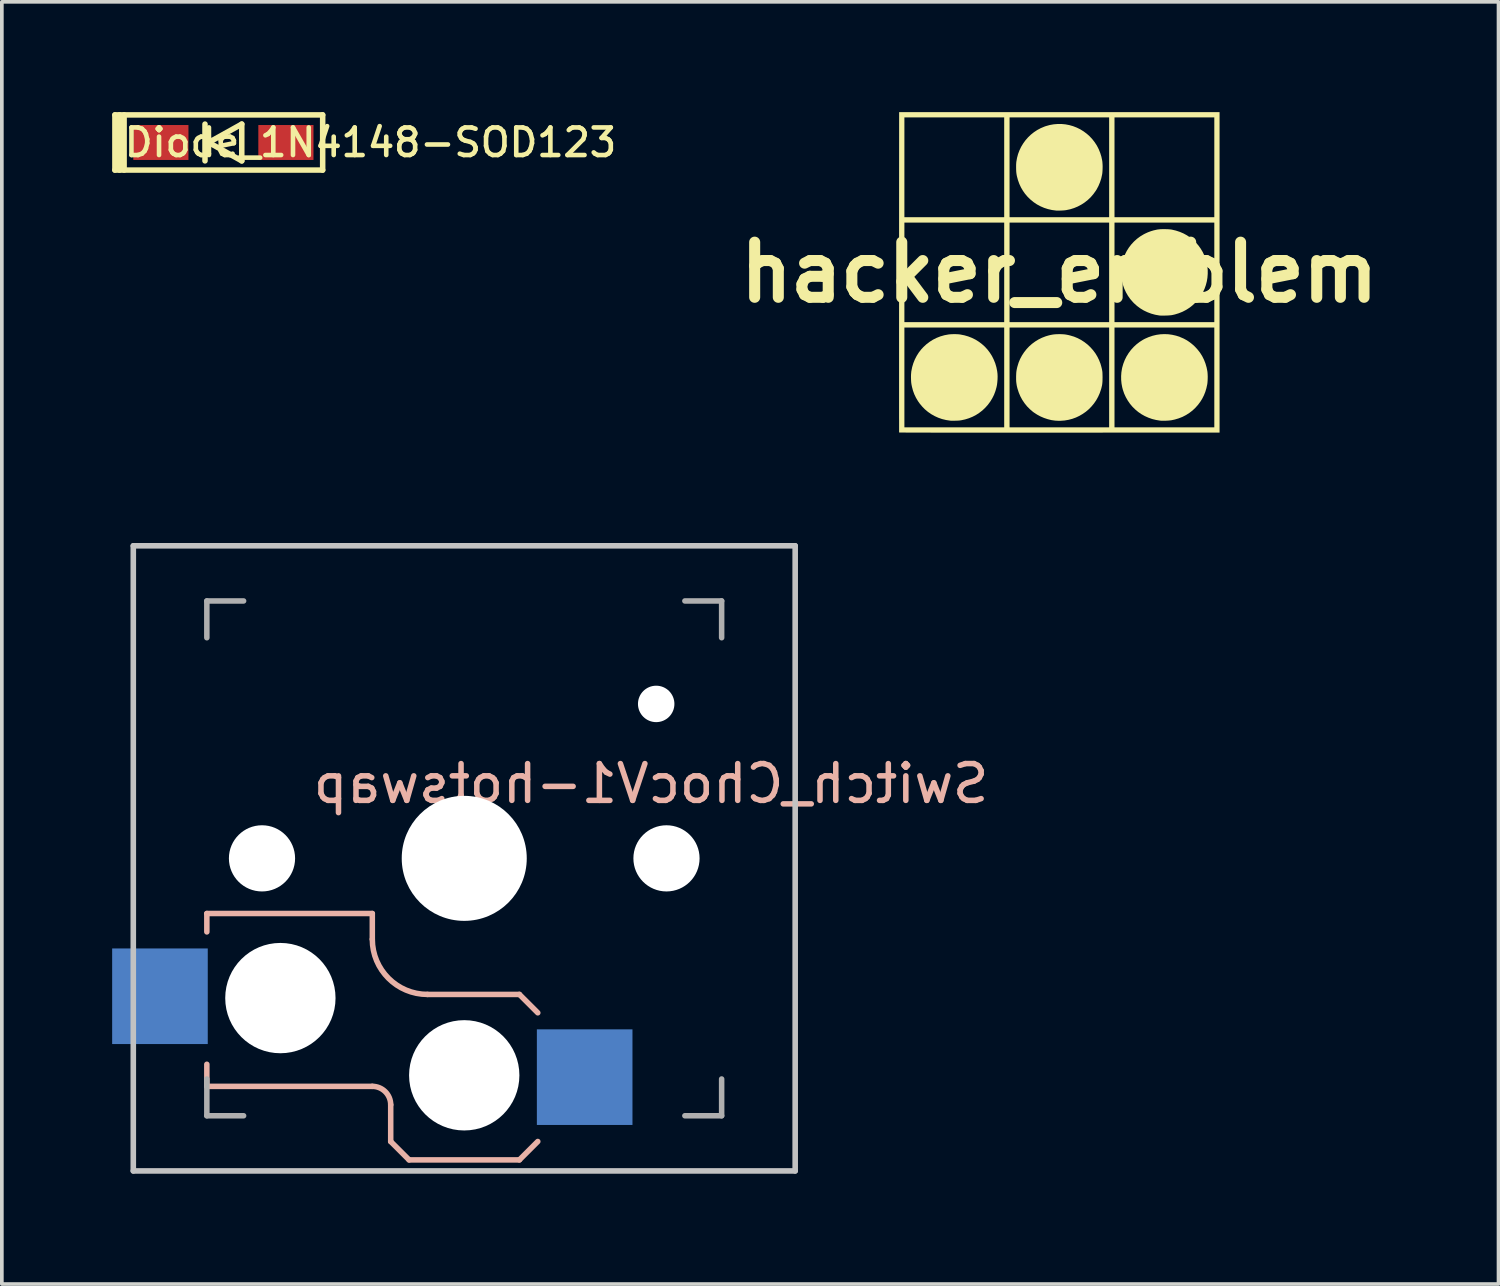
<source format=kicad_pcb>
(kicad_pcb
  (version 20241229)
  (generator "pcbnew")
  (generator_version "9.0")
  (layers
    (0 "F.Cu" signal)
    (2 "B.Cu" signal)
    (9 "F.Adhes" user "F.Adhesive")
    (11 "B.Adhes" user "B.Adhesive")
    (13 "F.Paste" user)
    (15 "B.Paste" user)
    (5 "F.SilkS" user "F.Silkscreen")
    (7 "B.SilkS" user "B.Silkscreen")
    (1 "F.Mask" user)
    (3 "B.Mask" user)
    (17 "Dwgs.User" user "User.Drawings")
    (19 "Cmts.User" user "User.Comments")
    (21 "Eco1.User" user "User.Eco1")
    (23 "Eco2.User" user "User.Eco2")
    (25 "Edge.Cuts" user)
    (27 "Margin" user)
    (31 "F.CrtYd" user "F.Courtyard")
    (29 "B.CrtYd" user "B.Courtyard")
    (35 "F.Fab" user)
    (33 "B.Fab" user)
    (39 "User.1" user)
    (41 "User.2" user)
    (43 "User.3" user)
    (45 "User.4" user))
  (footprint "hacker_emblem"
    (layer "F.Cu")
    (at 25.759 4.357)
    (property "Reference" "hacker_emblem" (at 0 0 0) (layer "F.SilkS") (effects (font (size 1.5 1.5) (thickness 0.3))))
    (attr board_only exclude_from_pos_files exclude_from_bom)
    (fp_poly (pts (xy 2.964 1.683) (xy 3.07 1.698) (xy 3.176 1.722) (xy 3.279 1.757) (xy 3.38 1.8) (xy 3.465 1.846) (xy 3.505 1.872) (xy 3.549 1.903) (xy 3.594 1.938) (xy 3.637 1.974) (xy 3.676 2.01) (xy 3.683 2.017) (xy 3.759 2.099) (xy 3.827 2.186) (xy 3.885 2.279) (xy 3.934 2.377) (xy 3.974 2.48) (xy 4.005 2.588) (xy 4.025 2.688) (xy 4.03 2.731) (xy 4.033 2.781) (xy 4.035 2.836) (xy 4.034 2.892) (xy 4.032 2.947) (xy 4.028 2.997) (xy 4.023 3.04) (xy 4.022 3.044) (xy 3.999 3.15) (xy 3.969 3.25) (xy 3.931 3.345) (xy 3.885 3.436) (xy 3.839 3.51) (xy 3.774 3.599) (xy 3.701 3.681) (xy 3.622 3.756) (xy 3.536 3.822) (xy 3.445 3.88) (xy 3.348 3.93) (xy 3.246 3.97) (xy 3.139 4.002) (xy 3.045 4.022) (xy 3.011 4.026) (xy 2.969 4.03) (xy 2.923 4.033) (xy 2.875 4.035) (xy 2.829 4.035) (xy 2.786 4.035) (xy 2.75 4.033) (xy 2.74 4.032) (xy 2.63 4.014) (xy 2.524 3.988) (xy 2.422 3.952) (xy 2.324 3.908) (xy 2.231 3.856) (xy 2.144 3.796) (xy 2.063 3.728) (xy 1.988 3.654) (xy 1.92 3.573) (xy 1.86 3.486) (xy 1.807 3.393) (xy 1.762 3.295) (xy 1.727 3.192) (xy 1.709 3.123) (xy 1.691 3.026) (xy 1.681 2.924) (xy 1.68 2.821) (xy 1.687 2.719) (xy 1.703 2.62) (xy 1.709 2.591) (xy 1.739 2.486) (xy 1.778 2.385) (xy 1.826 2.288) (xy 1.883 2.196) (xy 1.947 2.11) (xy 2.02 2.029) (xy 2.099 1.956) (xy 2.185 1.89) (xy 2.277 1.832) (xy 2.332 1.803) (xy 2.433 1.759) (xy 2.537 1.724) (xy 2.642 1.699) (xy 2.749 1.684) (xy 2.856 1.679)) (stroke (width 0) (type solid)) (fill yes) (layer "F.SilkS"))
    (fp_poly (pts (xy -2.828 1.68) (xy -2.776 1.682) (xy -2.729 1.685) (xy -2.693 1.69) (xy -2.582 1.712) (xy -2.476 1.743) (xy -2.374 1.783) (xy -2.278 1.831) (xy -2.187 1.888) (xy -2.103 1.952) (xy -2.024 2.023) (xy -1.953 2.101) (xy -1.889 2.186) (xy -1.832 2.276) (xy -1.784 2.373) (xy -1.743 2.474) (xy -1.712 2.58) (xy -1.69 2.691) (xy -1.69 2.693) (xy -1.682 2.76) (xy -1.679 2.833) (xy -1.681 2.909) (xy -1.687 2.986) (xy -1.696 3.06) (xy -1.709 3.123) (xy -1.739 3.229) (xy -1.777 3.33) (xy -1.825 3.426) (xy -1.881 3.517) (xy -1.944 3.602) (xy -2.015 3.681) (xy -2.092 3.754) (xy -2.176 3.819) (xy -2.265 3.877) (xy -2.359 3.926) (xy -2.459 3.967) (xy -2.562 3.999) (xy -2.669 4.022) (xy -2.683 4.024) (xy -2.712 4.028) (xy -2.749 4.031) (xy -2.791 4.033) (xy -2.834 4.034) (xy -2.878 4.035) (xy -2.918 4.035) (xy -2.952 4.034) (xy -2.973 4.032) (xy -3.083 4.015) (xy -3.19 3.989) (xy -3.293 3.953) (xy -3.392 3.908) (xy -3.486 3.855) (xy -3.575 3.793) (xy -3.658 3.723) (xy -3.734 3.645) (xy -3.804 3.56) (xy -3.845 3.501) (xy -3.899 3.41) (xy -3.944 3.316) (xy -3.98 3.218) (xy -4.008 3.113) (xy -4.022 3.044) (xy -4.028 3.001) (xy -4.032 2.952) (xy -4.034 2.897) (xy -4.035 2.841) (xy -4.034 2.786) (xy -4.03 2.735) (xy -4.026 2.692) (xy -4.025 2.688) (xy -4.003 2.577) (xy -3.971 2.47) (xy -3.93 2.368) (xy -3.88 2.271) (xy -3.822 2.179) (xy -3.755 2.093) (xy -3.697 2.031) (xy -3.615 1.955) (xy -3.527 1.888) (xy -3.435 1.83) (xy -3.337 1.781) (xy -3.235 1.741) (xy -3.127 1.71) (xy -3.021 1.69) (xy -2.981 1.685) (xy -2.933 1.682) (xy -2.881 1.68)) (stroke (width 0) (type solid)) (fill yes) (layer "F.SilkS"))
    (fp_poly (pts (xy 0.06 -4.035) (xy 0.166 -4.025) (xy 0.271 -4.005) (xy 0.373 -3.976) (xy 0.473 -3.937) (xy 0.569 -3.89) (xy 0.661 -3.833) (xy 0.749 -3.767) (xy 0.82 -3.704) (xy 0.894 -3.625) (xy 0.961 -3.539) (xy 1.02 -3.448) (xy 1.07 -3.351) (xy 1.111 -3.25) (xy 1.143 -3.146) (xy 1.165 -3.04) (xy 1.17 -3.006) (xy 1.173 -2.967) (xy 1.176 -2.921) (xy 1.177 -2.872) (xy 1.176 -2.821) (xy 1.174 -2.771) (xy 1.171 -2.725) (xy 1.167 -2.686) (xy 1.164 -2.667) (xy 1.14 -2.556) (xy 1.106 -2.451) (xy 1.064 -2.351) (xy 1.014 -2.256) (xy 0.99 -2.218) (xy 0.925 -2.128) (xy 0.853 -2.044) (xy 0.774 -1.969) (xy 0.688 -1.901) (xy 0.597 -1.842) (xy 0.501 -1.791) (xy 0.4 -1.749) (xy 0.295 -1.716) (xy 0.186 -1.693) (xy 0.172 -1.691) (xy 0.148 -1.688) (xy 0.116 -1.685) (xy 0.08 -1.683) (xy 0.041 -1.681) (xy 0.003 -1.68) (xy -0.033 -1.679) (xy -0.064 -1.679) (xy -0.087 -1.68) (xy -0.089 -1.681) (xy -0.202 -1.696) (xy -0.311 -1.721) (xy -0.416 -1.755) (xy -0.516 -1.798) (xy -0.612 -1.85) (xy -0.702 -1.911) (xy -0.786 -1.98) (xy -0.864 -2.056) (xy -0.936 -2.141) (xy -0.99 -2.218) (xy -1.044 -2.31) (xy -1.089 -2.407) (xy -1.126 -2.51) (xy -1.155 -2.618) (xy -1.164 -2.667) (xy -1.169 -2.702) (xy -1.173 -2.745) (xy -1.175 -2.793) (xy -1.176 -2.843) (xy -1.176 -2.894) (xy -1.175 -2.942) (xy -1.172 -2.985) (xy -1.17 -3.006) (xy -1.151 -3.113) (xy -1.123 -3.218) (xy -1.085 -3.318) (xy -1.039 -3.414) (xy -0.984 -3.505) (xy -0.922 -3.591) (xy -0.852 -3.671) (xy -0.775 -3.745) (xy -0.692 -3.811) (xy -0.603 -3.87) (xy -0.508 -3.921) (xy -0.408 -3.963) (xy -0.369 -3.977) (xy -0.262 -4.007) (xy -0.155 -4.026) (xy -0.047 -4.035)) (stroke (width 0) (type solid)) (fill yes) (layer "F.SilkS"))
    (fp_poly (pts (xy 2.889 -1.175) (xy 2.938 -1.174) (xy 2.985 -1.171) (xy 3.025 -1.167) (xy 3.055 -1.163) (xy 3.167 -1.137) (xy 3.274 -1.102) (xy 3.375 -1.059) (xy 3.472 -1.006) (xy 3.562 -0.945) (xy 3.647 -0.875) (xy 3.707 -0.817) (xy 3.779 -0.735) (xy 3.842 -0.648) (xy 3.897 -0.556) (xy 3.942 -0.462) (xy 3.979 -0.364) (xy 4.006 -0.264) (xy 4.025 -0.163) (xy 4.035 -0.06) (xy 4.035 0.042) (xy 4.027 0.145) (xy 4.01 0.247) (xy 3.984 0.347) (xy 3.949 0.445) (xy 3.905 0.54) (xy 3.852 0.632) (xy 3.791 0.72) (xy 3.72 0.803) (xy 3.707 0.817) (xy 3.626 0.893) (xy 3.54 0.961) (xy 3.448 1.02) (xy 3.35 1.071) (xy 3.247 1.112) (xy 3.14 1.145) (xy 3.058 1.163) (xy 3.033 1.166) (xy 3 1.169) (xy 2.961 1.172) (xy 2.918 1.174) (xy 2.873 1.175) (xy 2.83 1.176) (xy 2.789 1.176) (xy 2.753 1.175) (xy 2.725 1.173) (xy 2.717 1.172) (xy 2.605 1.152) (xy 2.497 1.122) (xy 2.394 1.083) (xy 2.295 1.036) (xy 2.201 0.979) (xy 2.113 0.914) (xy 2.031 0.84) (xy 2.001 0.809) (xy 1.929 0.726) (xy 1.865 0.636) (xy 1.811 0.542) (xy 1.765 0.442) (xy 1.728 0.337) (xy 1.701 0.228) (xy 1.69 0.167) (xy 1.685 0.127) (xy 1.682 0.08) (xy 1.68 0.028) (xy 1.68 -0.025) (xy 1.682 -0.077) (xy 1.685 -0.124) (xy 1.689 -0.164) (xy 1.69 -0.167) (xy 1.712 -0.277) (xy 1.743 -0.383) (xy 1.784 -0.485) (xy 1.833 -0.582) (xy 1.89 -0.673) (xy 1.955 -0.758) (xy 2.028 -0.837) (xy 2.108 -0.91) (xy 2.195 -0.975) (xy 2.289 -1.032) (xy 2.331 -1.054) (xy 2.407 -1.089) (xy 2.482 -1.117) (xy 2.56 -1.141) (xy 2.644 -1.16) (xy 2.67 -1.165) (xy 2.702 -1.169) (xy 2.742 -1.173) (xy 2.788 -1.175) (xy 2.838 -1.176)) (stroke (width 0) (type solid)) (fill yes) (layer "F.SilkS"))
    (fp_poly (pts (xy 0.058 1.681) (xy 0.109 1.684) (xy 0.155 1.688) (xy 0.202 1.696) (xy 0.251 1.706) (xy 0.295 1.717) (xy 0.399 1.748) (xy 0.498 1.789) (xy 0.593 1.839) (xy 0.682 1.897) (xy 0.766 1.962) (xy 0.843 2.035) (xy 0.914 2.114) (xy 0.978 2.199) (xy 1.033 2.29) (xy 1.08 2.385) (xy 1.119 2.485) (xy 1.14 2.559) (xy 1.15 2.599) (xy 1.158 2.634) (xy 1.164 2.666) (xy 1.169 2.696) (xy 1.172 2.728) (xy 1.173 2.763) (xy 1.174 2.804) (xy 1.175 2.852) (xy 1.175 2.857) (xy 1.174 2.913) (xy 1.173 2.96) (xy 1.17 3.001) (xy 1.166 3.039) (xy 1.16 3.076) (xy 1.151 3.114) (xy 1.141 3.156) (xy 1.133 3.183) (xy 1.098 3.286) (xy 1.054 3.384) (xy 1.002 3.478) (xy 0.942 3.565) (xy 0.875 3.646) (xy 0.802 3.721) (xy 0.722 3.789) (xy 0.636 3.849) (xy 0.546 3.902) (xy 0.451 3.947) (xy 0.352 3.983) (xy 0.249 4.01) (xy 0.144 4.028) (xy 0.036 4.036) (xy -0.01 4.036) (xy -0.041 4.036) (xy -0.072 4.034) (xy -0.101 4.033) (xy -0.12 4.031) (xy -0.219 4.017) (xy -0.318 3.992) (xy -0.417 3.959) (xy -0.513 3.918) (xy -0.604 3.869) (xy -0.69 3.813) (xy -0.72 3.791) (xy -0.803 3.72) (xy -0.88 3.642) (xy -0.948 3.557) (xy -1.009 3.466) (xy -1.061 3.37) (xy -1.104 3.268) (xy -1.138 3.163) (xy -1.143 3.144) (xy -1.157 3.087) (xy -1.166 3.031) (xy -1.173 2.975) (xy -1.176 2.916) (xy -1.176 2.851) (xy -1.176 2.826) (xy -1.174 2.775) (xy -1.172 2.732) (xy -1.168 2.693) (xy -1.162 2.655) (xy -1.154 2.616) (xy -1.144 2.572) (xy -1.14 2.559) (xy -1.109 2.456) (xy -1.068 2.357) (xy -1.018 2.263) (xy -0.96 2.174) (xy -0.895 2.091) (xy -0.822 2.013) (xy -0.743 1.943) (xy -0.657 1.88) (xy -0.566 1.824) (xy -0.47 1.777) (xy -0.369 1.738) (xy -0.294 1.716) (xy -0.241 1.703) (xy -0.193 1.694) (xy -0.146 1.687) (xy -0.099 1.683) (xy -0.047 1.681) (xy 0 1.68)) (stroke (width 0) (type solid)) (fill yes) (layer "F.SilkS"))
    (fp_poly (pts (xy 4.357 0) (xy 4.357 4.357) (xy 0.001 4.359) (xy -0.263 4.359) (xy -0.517 4.359) (xy -0.761 4.359) (xy -0.996 4.359) (xy -1.22 4.359) (xy -1.435 4.359) (xy -1.641 4.359) (xy -1.837 4.359) (xy -2.025 4.359) (xy -2.203 4.359) (xy -2.374 4.359) (xy -2.535 4.359) (xy -2.688 4.359) (xy -2.834 4.359) (xy -2.971 4.359) (xy -3.101 4.359) (xy -3.223 4.359) (xy -3.337 4.359) (xy -3.445 4.359) (xy -3.545 4.358) (xy -3.639 4.358) (xy -3.726 4.358) (xy -3.806 4.358) (xy -3.88 4.358) (xy -3.948 4.358) (xy -4.01 4.357) (xy -4.067 4.357) (xy -4.117 4.357) (xy -4.163 4.357) (xy -4.203 4.356) (xy -4.238 4.356) (xy -4.268 4.356) (xy -4.293 4.356) (xy -4.314 4.355) (xy -4.331 4.355) (xy -4.343 4.355) (xy -4.352 4.354) (xy -4.357 4.354) (xy -4.358 4.354) (xy -4.358 4.348) (xy -4.358 4.332) (xy -4.358 4.307) (xy -4.358 4.272) (xy -4.358 4.227) (xy -4.358 4.173) (xy -4.358 4.11) (xy -4.358 4.038) (xy -4.359 3.958) (xy -4.359 3.87) (xy -4.359 3.773) (xy -4.359 3.669) (xy -4.359 3.558) (xy -4.359 3.439) (xy -4.359 3.313) (xy -4.359 3.18) (xy -4.359 3.041) (xy -4.359 2.895) (xy -4.359 2.857) (xy -4.214 2.857) (xy -4.214 4.214) (xy -2.857 4.214) (xy -1.5 4.214) (xy -1.5 2.857) (xy -1.354 2.857) (xy -1.354 4.214) (xy 0 4.214) (xy 1.354 4.214) (xy 1.354 2.857) (xy 1.5 2.857) (xy 1.5 4.214) (xy 2.857 4.214) (xy 4.214 4.214) (xy 4.214 2.857) (xy 4.214 1.5) (xy 2.857 1.5) (xy 1.5 1.5) (xy 1.5 2.857) (xy 1.354 2.857) (xy 1.354 1.5) (xy 0 1.5) (xy -1.354 1.5) (xy -1.354 2.857) (xy -1.5 2.857) (xy -1.5 1.5) (xy -2.857 1.5) (xy -4.214 1.5) (xy -4.214 2.857) (xy -4.359 2.857) (xy -4.359 2.743) (xy -4.359 2.586) (xy -4.359 2.423) (xy -4.359 2.254) (xy -4.359 2.081) (xy -4.359 1.902) (xy -4.359 1.719) (xy -4.359 1.532) (xy -4.359 1.341) (xy -4.359 1.145) (xy -4.359 0.946) (xy -4.359 0.744) (xy -4.359 0.538) (xy -4.359 0.329) (xy -4.359 0.118) (xy -4.359 0) (xy -4.214 0) (xy -4.214 1.354) (xy -2.857 1.354) (xy -1.5 1.354) (xy -1.5 0) (xy -1.354 0) (xy -1.354 1.354) (xy 0 1.354) (xy 1.354 1.354) (xy 1.354 0) (xy 1.5 0) (xy 1.5 1.354) (xy 2.857 1.354) (xy 4.214 1.354) (xy 4.214 0) (xy 4.214 -1.354) (xy 2.857 -1.354) (xy 1.5 -1.354) (xy 1.5 0) (xy 1.354 0) (xy 1.354 -1.354) (xy 0 -1.354) (xy -1.354 -1.354) (xy -1.354 0) (xy -1.5 0) (xy -1.5 -1.354) (xy -2.857 -1.354) (xy -4.214 -1.354) (xy -4.214 0) (xy -4.359 0) (xy -4.359 -0.005) (xy -4.358 -2.857) (xy -4.214 -2.857) (xy -4.214 -1.5) (xy -2.857 -1.5) (xy -1.5 -1.5) (xy -1.5 -2.857) (xy -1.354 -2.857) (xy -1.354 -1.5) (xy 0 -1.5) (xy 1.354 -1.5) (xy 1.354 -2.857) (xy 1.5 -2.857) (xy 1.5 -1.5) (xy 2.857 -1.5) (xy 4.214 -1.5) (xy 4.214 -2.857) (xy 4.214 -4.214) (xy 2.857 -4.214) (xy 1.5 -4.214) (xy 1.5 -2.857) (xy 1.354 -2.857) (xy 1.354 -4.214) (xy 0 -4.214) (xy -1.354 -4.214) (xy -1.354 -2.857) (xy -1.5 -2.857) (xy -1.5 -4.214) (xy -2.857 -4.214) (xy -4.214 -4.214) (xy -4.214 -2.857) (xy -4.358 -2.857) (xy -4.357 -4.357) (xy 0 -4.357) (xy 4.357 -4.357)) (stroke (width 0) (type solid)) (fill yes) (layer "F.SilkS")))
  (footprint "Diode_1N4148-SOD123"
    (layer "F.Cu")
    (at 3.025 0.825)
    (property "Reference" "Diode_1N4148-SOD123" (at 4 0 0) (layer "F.SilkS") (effects (font (size 0.75 0.75) (thickness 0.125))))
    (attr through_hole)
    (fp_line (start -2.95 -0.75) (end 2.7 -0.75) (stroke (width 0.15) (type solid)) (layer "F.SilkS"))
    (fp_line (start -2.95 0.75) (end -2.95 -0.75) (stroke (width 0.15) (type solid)) (layer "F.SilkS"))
    (fp_line (start -2.825 0.75) (end -2.825 -0.75) (stroke (width 0.15) (type solid)) (layer "F.SilkS"))
    (fp_line (start -2.7 0.75) (end -2.7 -0.75) (stroke (width 0.15) (type solid)) (layer "F.SilkS"))
    (fp_line (start -0.5 0.5) (end -0.5 -0.5) (stroke (width 0.15) (type solid)) (layer "F.SilkS"))
    (fp_line (start -0.4 0) (end 0.5 0.5) (stroke (width 0.15) (type solid)) (layer "F.SilkS"))
    (fp_line (start 0.5 -0.5) (end -0.4 0) (stroke (width 0.15) (type solid)) (layer "F.SilkS"))
    (fp_line (start 0.5 0.5) (end 0.5 -0.5) (stroke (width 0.15) (type solid)) (layer "F.SilkS"))
    (fp_line (start 2.7 -0.75) (end 2.7 0.75) (stroke (width 0.15) (type solid)) (layer "F.SilkS"))
    (fp_line (start 2.7 0.75) (end -2.95 0.75) (stroke (width 0.15) (type solid)) (layer "F.SilkS"))
    (pad "1" smd rect (at -1.7 0) (size 1.5 0.95) (layers "F.Cu" "F.Mask" "F.Paste"))
    (pad "2" smd rect (at 1.7 0) (size 1.5 0.95) (layers "F.Cu" "F.Mask" "F.Paste")))
  (footprint "Switch_ChocV1-hotswap"
    (layer "F.Cu")
    (at 9.575 20.293)
    (property "Reference" "Switch_ChocV1-hotswap" (at 5.08 -2.032 0) (layer "B.SilkS") (effects (font (size 1 1) (thickness 0.15)) (justify mirror)))
    (attr smd)
    (fp_line (start -7 1.5) (end -7 2) (stroke (width 0.15) (type solid)) (layer "B.SilkS"))
    (fp_line (start -7 5.6) (end -7 6.2) (stroke (width 0.15) (type solid)) (layer "B.SilkS"))
    (fp_line (start -7 6.2) (end -2.5 6.2) (stroke (width 0.15) (type solid)) (layer "B.SilkS"))
    (fp_line (start -2.5 1.5) (end -7 1.5) (stroke (width 0.15) (type solid)) (layer "B.SilkS"))
    (fp_line (start -2.5 2.2) (end -2.5 1.5) (stroke (width 0.15) (type solid)) (layer "B.SilkS"))
    (fp_line (start -2 6.7) (end -2 7.7) (stroke (width 0.15) (type solid)) (layer "B.SilkS"))
    (fp_line (start -1.5 8.2) (end -2 7.7) (stroke (width 0.15) (type solid)) (layer "B.SilkS"))
    (fp_line (start 1.5 3.7) (end -1 3.7) (stroke (width 0.15) (type solid)) (layer "B.SilkS"))
    (fp_line (start 1.5 8.2) (end -1.5 8.2) (stroke (width 0.15) (type solid)) (layer "B.SilkS"))
    (fp_line (start 2 4.2) (end 1.5 3.7) (stroke (width 0.15) (type solid)) (layer "B.SilkS"))
    (fp_line (start 2 7.7) (end 1.5 8.2) (stroke (width 0.15) (type solid)) (layer "B.SilkS"))
    (fp_arc (start -2.5 6.2) (mid -2.146447 6.346447) (end -2 6.7) (stroke (width 0.15) (type solid)) (layer "B.SilkS"))
    (fp_arc (start -1 3.7) (mid -2.06066 3.26066) (end -2.5 2.2) (stroke (width 0.15) (type solid)) (layer "B.SilkS"))
    (fp_line (start -9 -8.5) (end 9 -8.5) (stroke (width 0.152) (type solid)) (layer "Dwgs.User"))
    (fp_line (start -9 8.5) (end -9 -8.5) (stroke (width 0.152) (type solid)) (layer "Dwgs.User"))
    (fp_line (start 9 -8.5) (end 9 8.5) (stroke (width 0.152) (type solid)) (layer "Dwgs.User"))
    (fp_line (start 9 8.5) (end -9 8.5) (stroke (width 0.152) (type solid)) (layer "Dwgs.User"))
    (fp_line (start -7.5 -7.5) (end 7.5 -7.5) (stroke (width 0.152) (type solid)) (layer "Eco2.User"))
    (fp_line (start -7.5 7.5) (end -7.5 -7.5) (stroke (width 0.152) (type solid)) (layer "Eco2.User"))
    (fp_line (start -2.6 -3.1) (end -2.6 -6.3) (stroke (width 0.15) (type solid)) (layer "Eco2.User"))
    (fp_line (start -2.6 -3.1) (end 2.6 -3.1) (stroke (width 0.15) (type solid)) (layer "Eco2.User"))
    (fp_line (start 2.6 -6.3) (end -2.6 -6.3) (stroke (width 0.15) (type solid)) (layer "Eco2.User"))
    (fp_line (start 2.6 -3.1) (end 2.6 -6.3) (stroke (width 0.15) (type solid)) (layer "Eco2.User"))
    (fp_line (start 7.5 -7.5) (end 7.5 7.5) (stroke (width 0.152) (type solid)) (layer "Eco2.User"))
    (fp_line (start 7.5 7.5) (end -7.5 7.5) (stroke (width 0.152) (type solid)) (layer "Eco2.User"))
    (fp_line (start -7 -7) (end -6 -7) (stroke (width 0.15) (type solid)) (layer "F.Fab"))
    (fp_line (start -7 -6) (end -7 -7) (stroke (width 0.15) (type solid)) (layer "F.Fab"))
    (fp_line (start -7 7) (end -7 6) (stroke (width 0.15) (type solid)) (layer "F.Fab"))
    (fp_line (start -6 7) (end -7 7) (stroke (width 0.15) (type solid)) (layer "F.Fab"))
    (fp_line (start 6 -7) (end 7 -7) (stroke (width 0.15) (type solid)) (layer "F.Fab"))
    (fp_line (start 7 -7) (end 7 -6) (stroke (width 0.15) (type solid)) (layer "F.Fab"))
    (fp_line (start 7 6) (end 7 7) (stroke (width 0.15) (type solid)) (layer "F.Fab"))
    (fp_line (start 7 7) (end 6 7) (stroke (width 0.15) (type solid)) (layer "F.Fab"))
    (pad "" np_thru_hole circle (at -5.5 0) (size 1.8 1.8) (drill 1.8) (layers "*.Cu" "*.Mask"))
    (pad "" np_thru_hole circle (at -5 3.8) (size 3 3) (drill 3) (layers "*.Cu" "*.Mask"))
    (pad "" np_thru_hole circle (at 0 0) (size 3.4 3.4) (drill 3.4) (layers "*.Cu" "*.Mask"))
    (pad "" np_thru_hole circle (at 0 5.9) (size 3 3) (drill 3) (layers "*.Cu" "*.Mask"))
    (pad "" np_thru_hole circle (at 5.22 -4.2) (size 0.991 0.991) (drill 0.991) (layers "*.Cu" "*.Mask"))
    (pad "" np_thru_hole circle (at 5.5 0) (size 1.8 1.8) (drill 1.8) (layers "*.Cu" "*.Mask"))
    (pad "1" smd rect (at 3.275 5.95) (size 2.6 2.6) (layers "B.Cu" "B.Mask" "B.Paste"))
    (pad "2" smd rect (at -8.275 3.75) (size 2.6 2.6) (layers "B.Cu" "B.Mask" "B.Paste")))
  (gr_rect
    (start -3 -3)
    (end 37.702 31.869)
    (stroke (width 0.1) (type default))
    (fill no)
    (layer "Edge.Cuts")))
</source>
